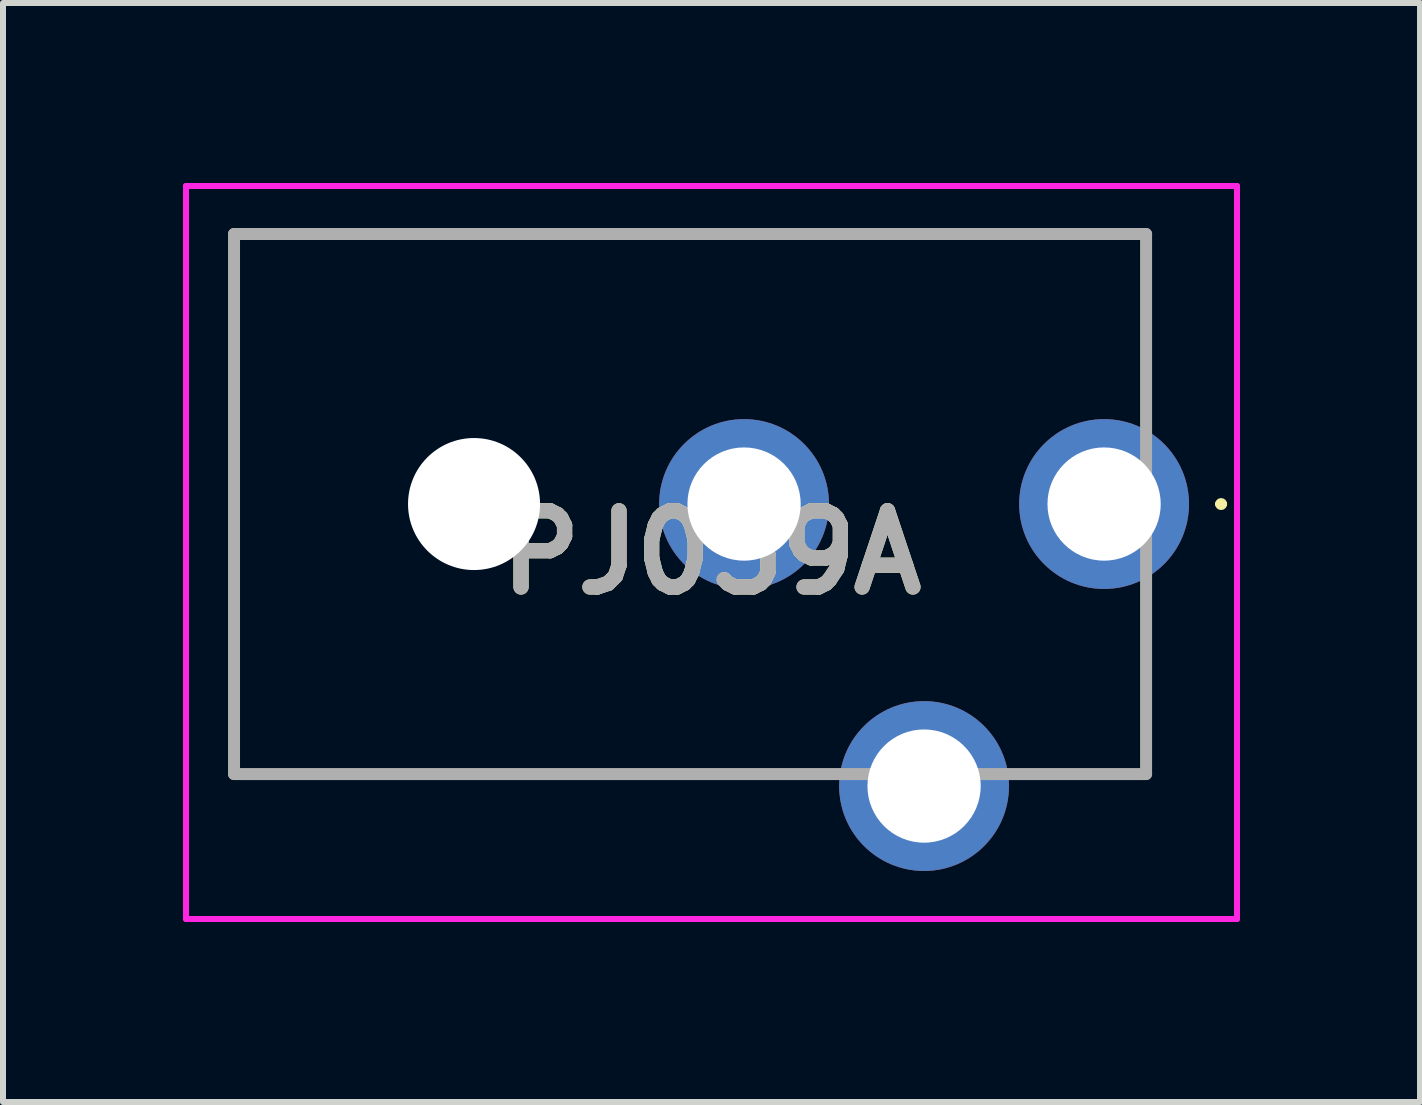
<source format=kicad_pcb>
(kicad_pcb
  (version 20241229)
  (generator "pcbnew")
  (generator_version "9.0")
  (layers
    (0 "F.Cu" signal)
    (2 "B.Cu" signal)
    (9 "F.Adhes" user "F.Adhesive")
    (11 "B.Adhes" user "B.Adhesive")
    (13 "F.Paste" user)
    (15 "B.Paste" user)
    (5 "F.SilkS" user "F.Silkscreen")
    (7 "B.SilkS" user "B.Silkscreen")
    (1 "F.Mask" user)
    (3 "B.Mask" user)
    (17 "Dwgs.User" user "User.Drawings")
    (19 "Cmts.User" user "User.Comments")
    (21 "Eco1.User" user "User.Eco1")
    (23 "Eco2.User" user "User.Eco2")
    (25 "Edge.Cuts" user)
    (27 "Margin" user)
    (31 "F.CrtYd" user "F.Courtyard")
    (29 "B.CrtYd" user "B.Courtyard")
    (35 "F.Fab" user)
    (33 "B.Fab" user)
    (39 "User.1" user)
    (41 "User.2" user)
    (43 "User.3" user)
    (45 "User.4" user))
  (footprint "PJ059A"
    (layer "F.Cu")
    (at 15.35 5.35)
    (property "Reference" "PJ059A" (at -6.542 0.808 0) (layer "F.SilkS") (effects (font (size 1.27 1.27) (thickness 0.254))))
    (attr through_hole)
    (fp_line (start -14.5 -4.5) (end 0.7 -4.5) (stroke (width 0.1) (type solid)) (layer "F.SilkS"))
    (fp_line (start -14.5 4.5) (end -14.5 -4.5) (stroke (width 0.1) (type solid)) (layer "F.SilkS"))
    (fp_line (start -5 4.5) (end -14.5 4.5) (stroke (width 0.1) (type solid)) (layer "F.SilkS"))
    (fp_line (start -1 4.5) (end 0.7 4.5) (stroke (width 0.1) (type solid)) (layer "F.SilkS"))
    (fp_line (start 0.7 -4.5) (end 0.7 -2) (stroke (width 0.1) (type solid)) (layer "F.SilkS"))
    (fp_line (start 0.7 4.5) (end 0.7 2) (stroke (width 0.1) (type solid)) (layer "F.SilkS"))
    (fp_line (start 1.9 0) (end 1.9 0) (stroke (width 0.1) (type solid)) (layer "F.SilkS"))
    (fp_line (start 2 0) (end 2 0) (stroke (width 0.1) (type solid)) (layer "F.SilkS"))
    (fp_arc (start 1.9 0) (mid 1.95 -0.05) (end 2 0) (stroke (width 0.1) (type solid)) (layer "F.SilkS"))
    (fp_arc (start 2 0) (mid 1.95 0.05) (end 1.9 0) (stroke (width 0.1) (type solid)) (layer "F.SilkS"))
    (fp_line (start -15.3 -5.3) (end 2.215 -5.3) (stroke (width 0.1) (type solid)) (layer "F.CrtYd"))
    (fp_line (start -15.3 6.915) (end -15.3 -5.3) (stroke (width 0.1) (type solid)) (layer "F.CrtYd"))
    (fp_line (start 2.215 -5.3) (end 2.215 6.915) (stroke (width 0.1) (type solid)) (layer "F.CrtYd"))
    (fp_line (start 2.215 6.915) (end -15.3 6.915) (stroke (width 0.1) (type solid)) (layer "F.CrtYd"))
    (fp_line (start -14.5 -4.5) (end 0.7 -4.5) (stroke (width 0.2) (type solid)) (layer "F.Fab"))
    (fp_line (start -14.5 4.5) (end -14.5 -4.5) (stroke (width 0.2) (type solid)) (layer "F.Fab"))
    (fp_line (start 0.7 -4.5) (end 0.7 4.5) (stroke (width 0.2) (type solid)) (layer "F.Fab"))
    (fp_line (start 0.7 4.5) (end -14.5 4.5) (stroke (width 0.2) (type solid)) (layer "F.Fab"))
    (fp_text user "${REFERENCE}" (at -6.542 0.808 0) (layer "F.Fab") (effects (font (size 1.27 1.27) (thickness 0.254))))
    (pad "" np_thru_hole circle (at -10.5 0) (size 2.2 2.2) (drill 2.2) (layers "*.Cu" "*.Mask"))
    (pad "1" thru_hole circle (at 0 0) (size 2.83 2.83) (drill 1.887) (layers "*.Cu" "*.Mask"))
    (pad "2" thru_hole circle (at -6 0) (size 2.83 2.83) (drill 1.887) (layers "*.Cu" "*.Mask"))
    (pad "3" thru_hole circle (at -3 4.7) (size 2.83 2.83) (drill 1.887) (layers "*.Cu" "*.Mask")))
  (gr_rect
    (start -3 -3)
    (end 20.615 15.315)
    (stroke (width 0.1) (type default))
    (fill no)
    (layer "Edge.Cuts")))
</source>
